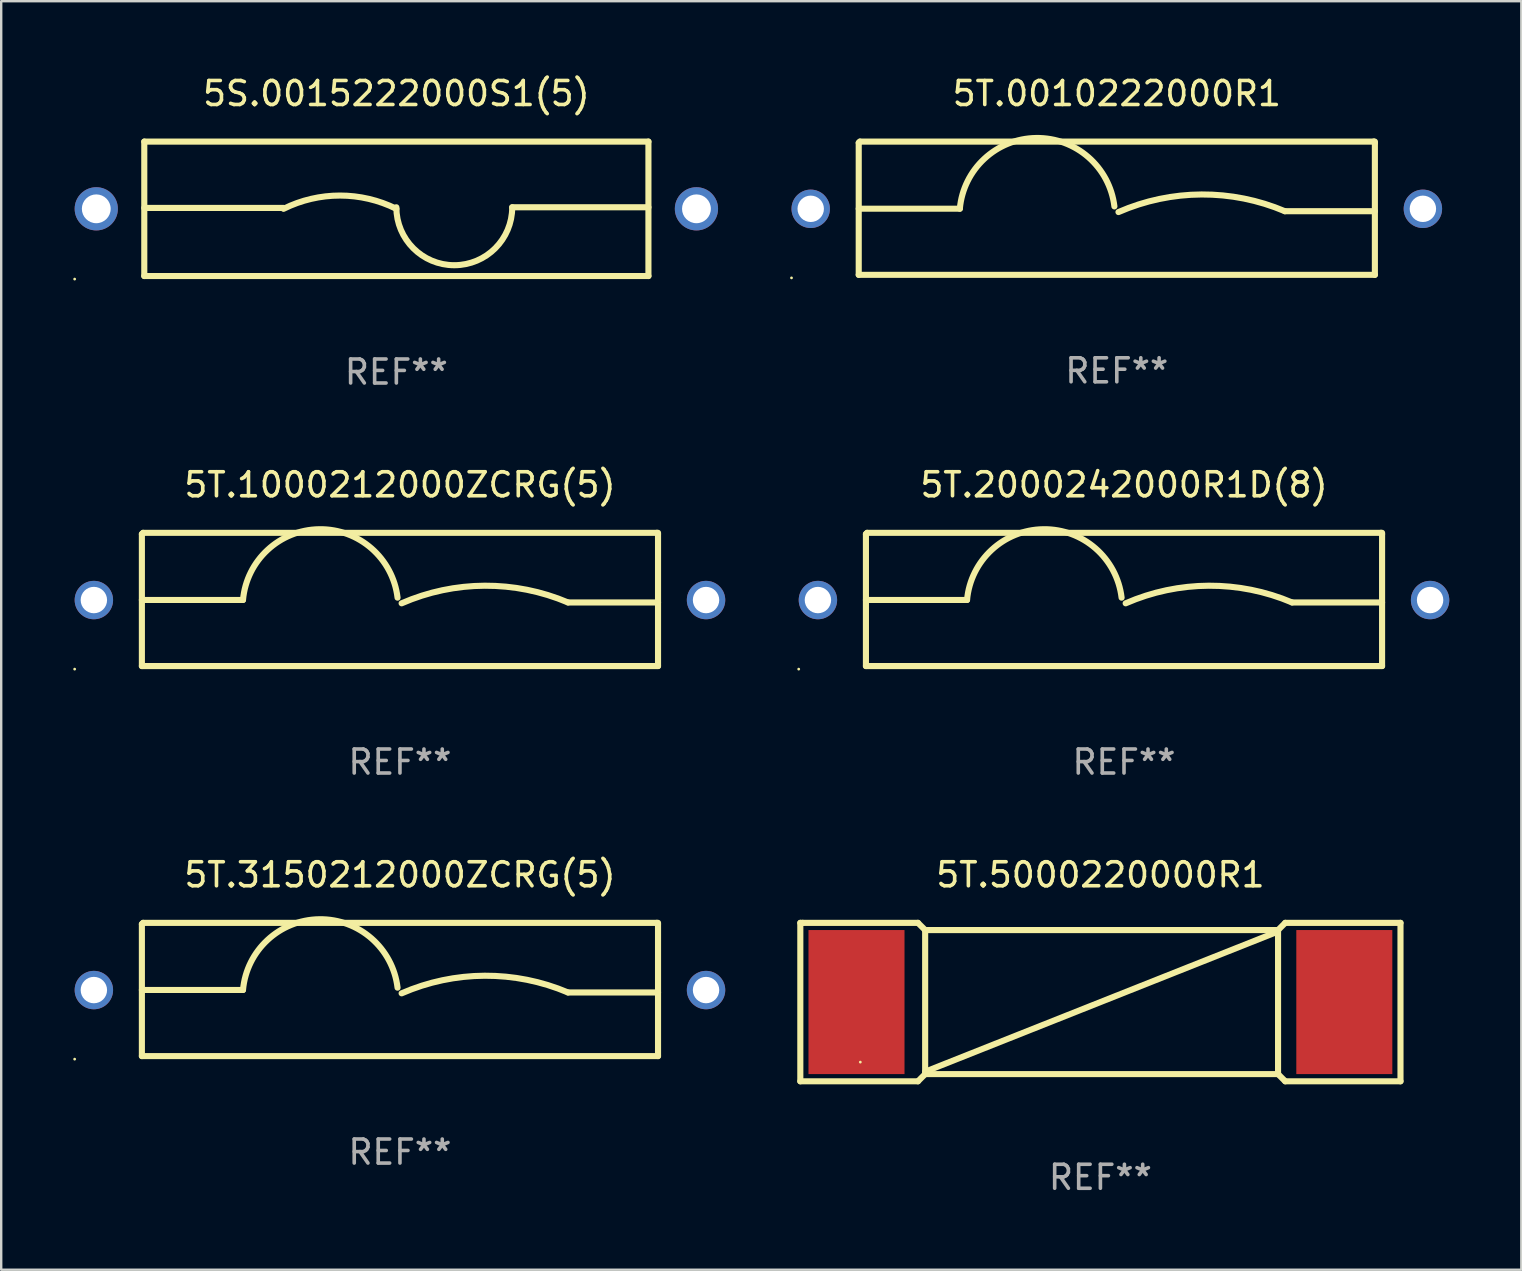
<source format=kicad_pcb>
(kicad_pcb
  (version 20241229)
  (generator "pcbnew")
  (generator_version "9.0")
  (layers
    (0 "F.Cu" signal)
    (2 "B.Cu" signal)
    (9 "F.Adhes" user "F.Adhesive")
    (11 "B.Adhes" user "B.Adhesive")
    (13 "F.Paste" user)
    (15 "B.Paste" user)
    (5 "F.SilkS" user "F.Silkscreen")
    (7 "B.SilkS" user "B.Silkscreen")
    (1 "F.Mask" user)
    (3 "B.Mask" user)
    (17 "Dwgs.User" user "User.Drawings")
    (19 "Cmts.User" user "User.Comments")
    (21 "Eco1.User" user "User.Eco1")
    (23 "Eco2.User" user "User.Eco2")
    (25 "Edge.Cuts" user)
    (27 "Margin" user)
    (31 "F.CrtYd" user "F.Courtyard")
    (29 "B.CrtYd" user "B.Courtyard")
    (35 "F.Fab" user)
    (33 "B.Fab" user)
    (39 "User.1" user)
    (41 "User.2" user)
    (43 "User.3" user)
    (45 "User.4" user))
  (footprint "5T.2000242000R1D(8)"
    (layer "F.Cu")
    (at 43.77 21.92)
    (property "Reference" "5T.2000242000R1D(8)" (at 0 -4.775 0) (layer "F.SilkS") (effects (font (size 1 1) (thickness 0.15))))
    (attr through_hole)
    (fp_line (start -10.75 -2.725) (end -10.7 -2.775) (stroke (width 0.254) (type solid)) (layer "F.SilkS"))
    (fp_line (start -10.75 2.775) (end -10.75 -2.725) (stroke (width 0.254) (type solid)) (layer "F.SilkS"))
    (fp_line (start -10.75 2.775) (end 10.75 2.775) (stroke (width 0.254) (type solid)) (layer "F.SilkS"))
    (fp_line (start -10.7 -2.775) (end 10.7 -2.775) (stroke (width 0.254) (type solid)) (layer "F.SilkS"))
    (fp_line (start -6.538 0.021) (end -10.75 0.021) (stroke (width 0.254) (type solid)) (layer "F.SilkS"))
    (fp_line (start 7 0.125) (end 10.75 0.125) (stroke (width 0.254) (type solid)) (layer "F.SilkS"))
    (fp_line (start 10.7 -2.775) (end 10.75 -2.725) (stroke (width 0.254) (type solid)) (layer "F.SilkS"))
    (fp_line (start 10.75 2.775) (end 10.75 -2.775) (stroke (width 0.254) (type solid)) (layer "F.SilkS"))
    (fp_arc (start -6.538277 0.020573) (mid -3.362163 -2.925392) (end -0.1 -0.075006) (stroke (width 0.254001) (type solid)) (layer "F.SilkS"))
    (fp_arc (start 0.069571 0.160528) (mid 3.531132 -0.572293) (end 7.000025 0.124994) (stroke (width 0.254001) (type solid)) (layer "F.SilkS"))
    (fp_circle (center -13.55 2.902) (end -13.52 2.902) (stroke (width 0.06) (type solid)) (fill no) (layer "F.SilkS"))
    (fp_text user "REF**" (at 0 6.775 0) (layer "F.Fab") (effects (font (size 1 1) (thickness 0.15))))
    (pad "1" thru_hole circle (at -12.75 0.025) (size 1.6 1.6) (drill 1.1) (layers "*.Cu" "*.Mask"))
    (pad "2" thru_hole circle (at 12.75 0.025) (size 1.6 1.6) (drill 1.1) (layers "*.Cu" "*.Mask")))
  (footprint "5T.1000212000ZCRG(5)"
    (layer "F.Cu")
    (at 13.61 21.92)
    (property "Reference" "5T.1000212000ZCRG(5)" (at 0 -4.775 0) (layer "F.SilkS") (effects (font (size 1 1) (thickness 0.15))))
    (attr through_hole)
    (fp_line (start -10.75 -2.725) (end -10.7 -2.775) (stroke (width 0.254) (type solid)) (layer "F.SilkS"))
    (fp_line (start -10.75 2.775) (end -10.75 -2.725) (stroke (width 0.254) (type solid)) (layer "F.SilkS"))
    (fp_line (start -10.75 2.775) (end 10.75 2.775) (stroke (width 0.254) (type solid)) (layer "F.SilkS"))
    (fp_line (start -10.7 -2.775) (end 10.7 -2.775) (stroke (width 0.254) (type solid)) (layer "F.SilkS"))
    (fp_line (start -6.538 0.021) (end -10.75 0.021) (stroke (width 0.254) (type solid)) (layer "F.SilkS"))
    (fp_line (start 7 0.125) (end 10.75 0.125) (stroke (width 0.254) (type solid)) (layer "F.SilkS"))
    (fp_line (start 10.7 -2.775) (end 10.75 -2.725) (stroke (width 0.254) (type solid)) (layer "F.SilkS"))
    (fp_line (start 10.75 2.775) (end 10.75 -2.775) (stroke (width 0.254) (type solid)) (layer "F.SilkS"))
    (fp_arc (start -6.538277 0.020573) (mid -3.362163 -2.925392) (end -0.1 -0.075006) (stroke (width 0.254001) (type solid)) (layer "F.SilkS"))
    (fp_arc (start 0.069571 0.160528) (mid 3.531132 -0.572293) (end 7.000025 0.124994) (stroke (width 0.254001) (type solid)) (layer "F.SilkS"))
    (fp_circle (center -13.55 2.902) (end -13.52 2.902) (stroke (width 0.06) (type solid)) (fill no) (layer "F.SilkS"))
    (fp_text user "REF**" (at 0 6.775 0) (layer "F.Fab") (effects (font (size 1 1) (thickness 0.15))))
    (pad "1" thru_hole circle (at -12.75 0.025) (size 1.6 1.6) (drill 1.1) (layers "*.Cu" "*.Mask"))
    (pad "2" thru_hole circle (at 12.75 0.025) (size 1.6 1.6) (drill 1.1) (layers "*.Cu" "*.Mask")))
  (footprint "5T.3150212000ZCRG(5)"
    (layer "F.Cu")
    (at 13.61 38.166)
    (property "Reference" "5T.3150212000ZCRG(5)" (at 0 -4.775 0) (layer "F.SilkS") (effects (font (size 1 1) (thickness 0.15))))
    (attr through_hole)
    (fp_line (start -10.75 -2.725) (end -10.7 -2.775) (stroke (width 0.254) (type solid)) (layer "F.SilkS"))
    (fp_line (start -10.75 2.775) (end -10.75 -2.725) (stroke (width 0.254) (type solid)) (layer "F.SilkS"))
    (fp_line (start -10.75 2.775) (end 10.75 2.775) (stroke (width 0.254) (type solid)) (layer "F.SilkS"))
    (fp_line (start -10.7 -2.775) (end 10.7 -2.775) (stroke (width 0.254) (type solid)) (layer "F.SilkS"))
    (fp_line (start -6.538 0.021) (end -10.75 0.021) (stroke (width 0.254) (type solid)) (layer "F.SilkS"))
    (fp_line (start 7 0.125) (end 10.75 0.125) (stroke (width 0.254) (type solid)) (layer "F.SilkS"))
    (fp_line (start 10.7 -2.775) (end 10.75 -2.725) (stroke (width 0.254) (type solid)) (layer "F.SilkS"))
    (fp_line (start 10.75 2.775) (end 10.75 -2.775) (stroke (width 0.254) (type solid)) (layer "F.SilkS"))
    (fp_arc (start -6.538277 0.020573) (mid -3.362163 -2.925392) (end -0.1 -0.075006) (stroke (width 0.254001) (type solid)) (layer "F.SilkS"))
    (fp_arc (start 0.069571 0.160528) (mid 3.531132 -0.572293) (end 7.000025 0.124994) (stroke (width 0.254001) (type solid)) (layer "F.SilkS"))
    (fp_circle (center -13.55 2.902) (end -13.52 2.902) (stroke (width 0.06) (type solid)) (fill no) (layer "F.SilkS"))
    (fp_text user "REF**" (at 0 6.775 0) (layer "F.Fab") (effects (font (size 1 1) (thickness 0.15))))
    (pad "1" thru_hole circle (at -12.75 0.025) (size 1.6 1.6) (drill 1.1) (layers "*.Cu" "*.Mask"))
    (pad "2" thru_hole circle (at 12.75 0.025) (size 1.6 1.6) (drill 1.1) (layers "*.Cu" "*.Mask")))
  (footprint "5T.5000220000R1"
    (layer "F.Cu")
    (at 42.787 38.691)
    (property "Reference" "5T.5000220000R1" (at 0 -5.3 0) (layer "F.SilkS") (effects (font (size 1 1) (thickness 0.15))))
    (attr through_hole)
    (fp_line (start -12.5 -3.3) (end -12.4 -3.3) (stroke (width 0.254) (type solid)) (layer "F.SilkS"))
    (fp_line (start -12.5 3.3) (end -12.5 -3.3) (stroke (width 0.254) (type solid)) (layer "F.SilkS"))
    (fp_line (start -12.4 -3.3) (end -7.6 -3.3) (stroke (width 0.254) (type solid)) (layer "F.SilkS"))
    (fp_line (start -7.6 -3.3) (end -7.3 -3) (stroke (width 0.254) (type solid)) (layer "F.SilkS"))
    (fp_line (start -7.6 3.3) (end -12.5 3.3) (stroke (width 0.254) (type solid)) (layer "F.SilkS"))
    (fp_line (start -7.3 -3) (end -7.3 3) (stroke (width 0.254) (type solid)) (layer "F.SilkS"))
    (fp_line (start -7.3 -3) (end 7.4 -3) (stroke (width 0.254) (type solid)) (layer "F.SilkS"))
    (fp_line (start -7.3 3) (end -7.6 3.3) (stroke (width 0.254) (type solid)) (layer "F.SilkS"))
    (fp_line (start 7.3 -2.9) (end -7.3 2.9) (stroke (width 0.254) (type solid)) (layer "F.SilkS"))
    (fp_line (start 7.4 -3) (end 7.4 3) (stroke (width 0.254) (type solid)) (layer "F.SilkS"))
    (fp_line (start 7.4 -3) (end 7.7 -3.3) (stroke (width 0.254) (type solid)) (layer "F.SilkS"))
    (fp_line (start 7.4 3) (end -7.3 3) (stroke (width 0.254) (type solid)) (layer "F.SilkS"))
    (fp_line (start 7.7 -3.3) (end 12.5 -3.3) (stroke (width 0.254) (type solid)) (layer "F.SilkS"))
    (fp_line (start 7.7 3.3) (end 7.4 3) (stroke (width 0.254) (type solid)) (layer "F.SilkS"))
    (fp_line (start 12.5 -3.3) (end 12.5 3.3) (stroke (width 0.254) (type solid)) (layer "F.SilkS"))
    (fp_line (start 12.5 3.3) (end 7.7 3.3) (stroke (width 0.254) (type solid)) (layer "F.SilkS"))
    (fp_circle (center -10.001 2.501) (end -9.971 2.501) (stroke (width 0.06) (type solid)) (fill no) (layer "F.SilkS"))
    (fp_text user "REF**" (at 0 7.3 0) (layer "F.Fab") (effects (font (size 1 1) (thickness 0.15))))
    (pad "1" smd rect (at -10.16 0) (size 4 6) (layers "F.Cu" "F.Mask" "F.Paste"))
    (pad "2" smd rect (at 10.16 0) (size 4 6) (layers "F.Cu" "F.Mask" "F.Paste")))
  (footprint "5T.0010222000R1"
    (layer "F.Cu")
    (at 43.47 5.623)
    (property "Reference" "5T.0010222000R1" (at 0 -4.775 0) (layer "F.SilkS") (effects (font (size 1 1) (thickness 0.15))))
    (attr through_hole)
    (fp_line (start -10.75 -2.725) (end -10.7 -2.775) (stroke (width 0.254) (type solid)) (layer "F.SilkS"))
    (fp_line (start -10.75 2.775) (end -10.75 -2.725) (stroke (width 0.254) (type solid)) (layer "F.SilkS"))
    (fp_line (start -10.75 2.775) (end 10.75 2.775) (stroke (width 0.254) (type solid)) (layer "F.SilkS"))
    (fp_line (start -10.7 -2.775) (end 10.7 -2.775) (stroke (width 0.254) (type solid)) (layer "F.SilkS"))
    (fp_line (start -6.538 0.021) (end -10.75 0.021) (stroke (width 0.254) (type solid)) (layer "F.SilkS"))
    (fp_line (start 7 0.125) (end 10.75 0.125) (stroke (width 0.254) (type solid)) (layer "F.SilkS"))
    (fp_line (start 10.7 -2.775) (end 10.75 -2.725) (stroke (width 0.254) (type solid)) (layer "F.SilkS"))
    (fp_line (start 10.75 2.775) (end 10.75 -2.775) (stroke (width 0.254) (type solid)) (layer "F.SilkS"))
    (fp_arc (start -6.538277 0.020573) (mid -3.362163 -2.925392) (end -0.1 -0.075006) (stroke (width 0.254001) (type solid)) (layer "F.SilkS"))
    (fp_arc (start 0.069571 0.160528) (mid 3.531132 -0.572293) (end 7.000025 0.124994) (stroke (width 0.254001) (type solid)) (layer "F.SilkS"))
    (fp_circle (center -13.55 2.902) (end -13.52 2.902) (stroke (width 0.06) (type solid)) (fill no) (layer "F.SilkS"))
    (fp_text user "REF**" (at 0 6.775 0) (layer "F.Fab") (effects (font (size 1 1) (thickness 0.15))))
    (pad "1" thru_hole circle (at -12.75 0.025) (size 1.6 1.6) (drill 1.1) (layers "*.Cu" "*.Mask"))
    (pad "2" thru_hole circle (at 12.75 0.025) (size 1.6 1.6) (drill 1.1) (layers "*.Cu" "*.Mask")))
  (footprint "5S.0015222000S1(5)"
    (layer "F.Cu")
    (at 13.46 5.648)
    (property "Reference" "5S.0015222000S1(5)" (at 0 -4.8 0) (layer "F.SilkS") (effects (font (size 1 1) (thickness 0.15))))
    (attr through_hole)
    (fp_line (start -10.5 -2.8) (end 10.5 -2.8) (stroke (width 0.254) (type solid)) (layer "F.SilkS"))
    (fp_line (start -10.5 -0.037) (end -4.699 -0.037) (stroke (width 0.254) (type solid)) (layer "F.SilkS"))
    (fp_line (start -10.5 2.8) (end -10.5 -2.8) (stroke (width 0.254) (type solid)) (layer "F.SilkS"))
    (fp_line (start -10.5 2.8) (end 10.5 2.8) (stroke (width 0.254) (type solid)) (layer "F.SilkS"))
    (fp_line (start 4.826 -0.064) (end 10.5 -0.064) (stroke (width 0.254) (type solid)) (layer "F.SilkS"))
    (fp_line (start 10.5 2.8) (end 10.5 -2.8) (stroke (width 0.254) (type solid)) (layer "F.SilkS"))
    (fp_arc (start -4.699009 0) (mid -2.349505 -0.552287) (end 0 0) (stroke (width 0.254001) (type solid)) (layer "F.SilkS"))
    (fp_arc (start 4.82601 -0.063551) (mid 2.413005 2.349454) (end 0 -0.063551) (stroke (width 0.254001) (type solid)) (layer "F.SilkS"))
    (fp_circle (center -13.4 2.927) (end -13.37 2.927) (stroke (width 0.06) (type solid)) (fill no) (layer "F.SilkS"))
    (fp_text user "REF**" (at 0 6.8 0) (layer "F.Fab") (effects (font (size 1 1) (thickness 0.15))))
    (pad "1" thru_hole circle (at -12.5 0) (size 1.8 1.8) (drill 1.2) (layers "*.Cu" "*.Mask"))
    (pad "2" thru_hole circle (at 12.5 0) (size 1.8 1.8) (drill 1.2) (layers "*.Cu" "*.Mask")))
  (gr_rect
    (start -3 -3)
    (end 60.32 49.84)
    (stroke (width 0.1) (type default))
    (fill no)
    (layer "Edge.Cuts")))
</source>
